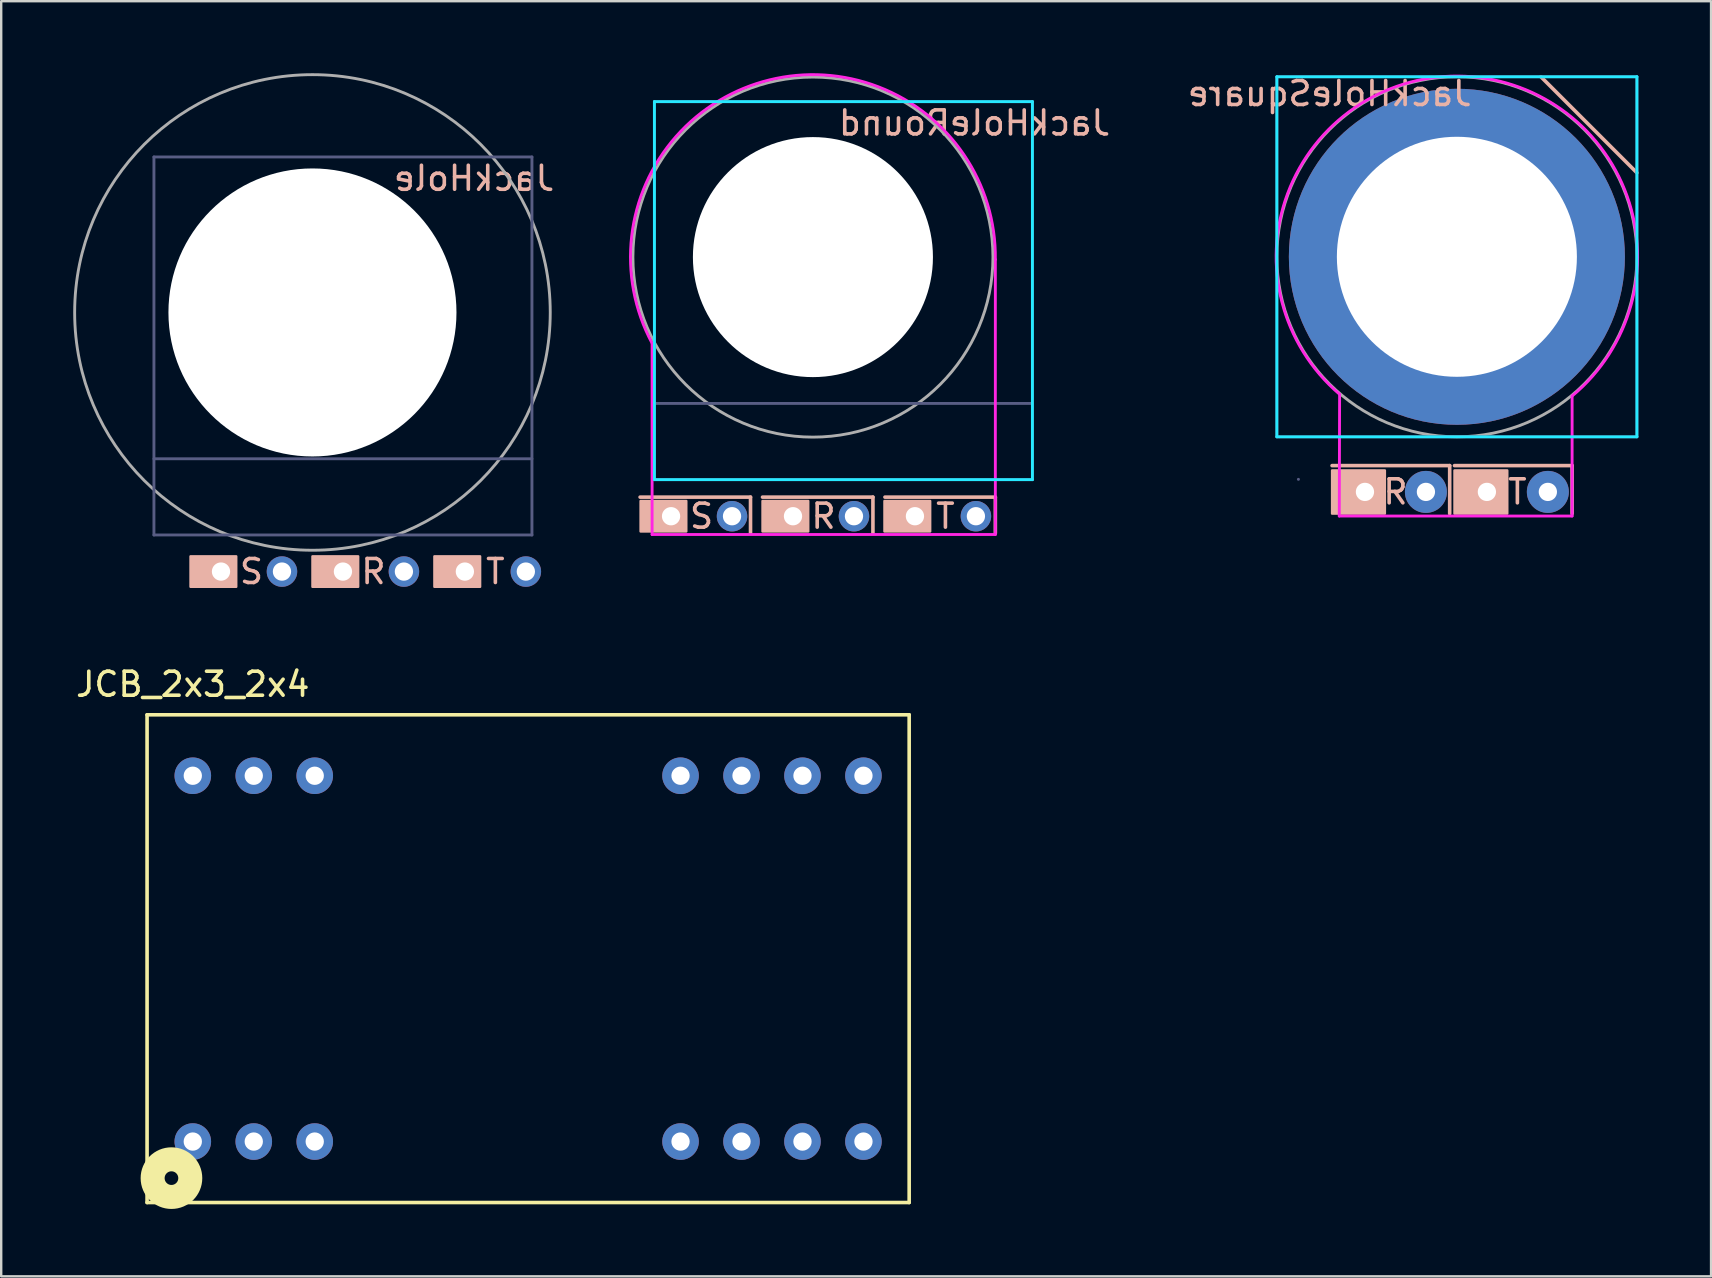
<source format=kicad_pcb>
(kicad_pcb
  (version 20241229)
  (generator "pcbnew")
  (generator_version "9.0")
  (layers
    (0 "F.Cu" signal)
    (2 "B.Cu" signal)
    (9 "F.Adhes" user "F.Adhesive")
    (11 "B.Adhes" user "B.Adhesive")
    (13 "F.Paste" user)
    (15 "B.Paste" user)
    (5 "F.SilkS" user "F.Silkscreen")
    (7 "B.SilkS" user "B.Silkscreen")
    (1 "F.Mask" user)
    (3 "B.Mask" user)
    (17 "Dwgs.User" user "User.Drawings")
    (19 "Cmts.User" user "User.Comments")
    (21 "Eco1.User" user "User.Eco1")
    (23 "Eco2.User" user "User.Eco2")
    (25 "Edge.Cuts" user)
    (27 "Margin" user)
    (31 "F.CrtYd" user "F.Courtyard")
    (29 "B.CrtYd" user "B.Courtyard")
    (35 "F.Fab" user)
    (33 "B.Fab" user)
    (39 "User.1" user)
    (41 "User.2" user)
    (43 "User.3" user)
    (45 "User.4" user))
  (footprint "JackHoleRound"
    (layer "F.Cu")
    (at 30.817 7.661)
    (property "Reference" "JackHoleRound" (at 6.731 -5.588 0) (layer "B.SilkS") (effects (font (size 1 1) (thickness 0.15)) (justify mirror)))
    (attr through_hole)
    (fp_line (start -7.2 10) (end -2.6 10) (stroke (width 0.15) (type solid)) (layer "B.SilkS"))
    (fp_line (start -2.6 10) (end -2.6 11.5) (stroke (width 0.15) (type solid)) (layer "B.SilkS"))
    (fp_line (start -2.1 10) (end 2.5 10) (stroke (width 0.15) (type solid)) (layer "B.SilkS"))
    (fp_line (start 2.5 10) (end 2.5 11.5) (stroke (width 0.15) (type solid)) (layer "B.SilkS"))
    (fp_line (start 3 10) (end 7.6 10) (stroke (width 0.15) (type solid)) (layer "B.SilkS"))
    (fp_line (start 7.6 10) (end 7.6 11.5) (stroke (width 0.15) (type solid)) (layer "B.SilkS"))
    (fp_poly (pts (xy -5.275 11.43) (xy -7.18 11.43) (xy -7.18 10.16) (xy -5.275 10.16)) (stroke (width 0.1) (type solid)) (fill yes) (layer "B.SilkS"))
    (fp_poly (pts (xy -0.195 11.43) (xy -2.1 11.43) (xy -2.1 10.16) (xy -0.195 10.16)) (stroke (width 0.1) (type solid)) (fill yes) (layer "B.SilkS"))
    (fp_poly (pts (xy 4.885 11.43) (xy 2.98 11.43) (xy 2.98 10.16) (xy 4.885 10.16)) (stroke (width 0.1) (type solid)) (fill yes) (layer "B.SilkS"))
    (fp_line (start -6.604 -6.477) (end 9.144 -6.477) (stroke (width 0.12) (type solid)) (layer "B.CrtYd"))
    (fp_line (start -6.604 9.271) (end -6.604 -6.477) (stroke (width 0.12) (type solid)) (layer "B.CrtYd"))
    (fp_line (start 9.144 -6.477) (end 9.144 9.271) (stroke (width 0.12) (type solid)) (layer "B.CrtYd"))
    (fp_line (start 9.144 9.271) (end -6.604 9.271) (stroke (width 0.12) (type solid)) (layer "B.CrtYd"))
    (fp_line (start -6.7 11.557) (end -6.7 3.6) (stroke (width 0.12) (type solid)) (layer "F.CrtYd"))
    (fp_line (start -6.7 11.557) (end 7.6 11.557) (stroke (width 0.12) (type solid)) (layer "F.CrtYd"))
    (fp_line (start 7.6 11.557) (end 7.6 0.1) (stroke (width 0.12) (type solid)) (layer "F.CrtYd"))
    (fp_arc (start -6.695366 3.59751) (mid -1.806304 -7.382904) (end 7.6 0.1) (stroke (width 0.12) (type solid)) (layer "F.CrtYd"))
    (fp_line (start -6.604 -6.477) (end 9.144 -6.477) (stroke (width 0.12) (type solid)) (layer "B.Fab"))
    (fp_line (start -6.604 6.096) (end 9.144 6.096) (stroke (width 0.12) (type solid)) (layer "B.Fab"))
    (fp_line (start -6.604 9.271) (end -6.604 -6.477) (stroke (width 0.12) (type solid)) (layer "B.Fab"))
    (fp_line (start 9.144 -6.477) (end 9.144 9.271) (stroke (width 0.12) (type solid)) (layer "B.Fab"))
    (fp_line (start 9.144 9.271) (end -6.604 9.271) (stroke (width 0.12) (type solid)) (layer "B.Fab"))
    (fp_circle (center 0 0) (end 7.5 0) (stroke (width 0.12) (type solid)) (fill no) (layer "F.Fab"))
    (fp_text user "T" (at 5.52 10.795 0) (layer "B.SilkS") (effects (font (size 1 1) (thickness 0.15))))
    (fp_text user "S" (at -4.64 10.795 0) (layer "B.SilkS") (effects (font (size 1 1) (thickness 0.15))))
    (fp_text user "R" (at 0.44 10.795 0) (layer "B.SilkS") (effects (font (size 1 1) (thickness 0.15))))
    (pad "" np_thru_hole circle (at 0 0) (size 10 10) (drill 10) (layers "*.Cu" "*.Mask"))
    (pad "R" thru_hole circle (at 1.71 10.795) (size 1.27 1.27) (drill 0.762) (layers "*.Cu" "*.Mask"))
    (pad "RN" thru_hole circle (at -0.83 10.795) (size 1.27 1.27) (drill 0.762) (layers "*.Cu" "*.Mask"))
    (pad "S" thru_hole circle (at -3.37 10.795) (size 1.27 1.27) (drill 0.762) (layers "*.Cu" "*.Mask"))
    (pad "SN" thru_hole circle (at -5.91 10.795) (size 1.27 1.27) (drill 0.762) (layers "*.Cu" "*.Mask"))
    (pad "T" thru_hole circle (at 6.79 10.795) (size 1.27 1.27) (drill 0.762) (layers "*.Cu" "*.Mask"))
    (pad "TN" thru_hole circle (at 4.25 10.795) (size 1.27 1.27) (drill 0.762) (layers "*.Cu" "*.Mask")))
  (footprint "JCB_2x3_2x4"
    (layer "F.Cu")
    (at 18.952 26.728)
    (property "Reference" "JCB_2x3_2x4" (at -13.97 -1.27 0) (layer "F.SilkS") (effects (font (size 1 1) (thickness 0.15))))
    (attr through_hole)
    (fp_line (start -15.875 0) (end 15.875 0) (stroke (width 0.15) (type solid)) (layer "F.SilkS"))
    (fp_line (start -15.875 20.32) (end -15.875 0) (stroke (width 0.15) (type solid)) (layer "F.SilkS"))
    (fp_line (start 15.875 0) (end 15.875 20.32) (stroke (width 0.15) (type solid)) (layer "F.SilkS"))
    (fp_line (start 15.875 20.32) (end -15.875 20.32) (stroke (width 0.15) (type solid)) (layer "F.SilkS"))
    (fp_circle (center -14.859 19.304) (end -14.575 19.304) (stroke (width 1) (type solid)) (fill no) (layer "F.SilkS"))
    (pad "1" thru_hole circle (at -13.97 17.78) (size 1.524 1.524) (drill 0.762) (layers "*.Cu" "*.Mask"))
    (pad "2" thru_hole circle (at -11.43 17.78) (size 1.524 1.524) (drill 0.762) (layers "*.Cu" "*.Mask"))
    (pad "3" thru_hole circle (at -8.89 17.78) (size 1.524 1.524) (drill 0.762) (layers "*.Cu" "*.Mask"))
    (pad "9" thru_hole circle (at 6.35 17.78) (size 1.524 1.524) (drill 0.762) (layers "*.Cu" "*.Mask"))
    (pad "10" thru_hole circle (at 8.89 17.78) (size 1.524 1.524) (drill 0.762) (layers "*.Cu" "*.Mask"))
    (pad "11" thru_hole circle (at 11.43 17.78) (size 1.524 1.524) (drill 0.762) (layers "*.Cu" "*.Mask"))
    (pad "12" thru_hole circle (at 13.97 17.78) (size 1.524 1.524) (drill 0.762) (layers "*.Cu" "*.Mask"))
    (pad "13" thru_hole circle (at 13.97 2.54) (size 1.524 1.524) (drill 0.762) (layers "*.Cu" "*.Mask"))
    (pad "14" thru_hole circle (at 11.43 2.54) (size 1.524 1.524) (drill 0.762) (layers "*.Cu" "*.Mask"))
    (pad "15" thru_hole circle (at 8.89 2.54) (size 1.524 1.524) (drill 0.762) (layers "*.Cu" "*.Mask"))
    (pad "16" thru_hole circle (at 6.35 2.54) (size 1.524 1.524) (drill 0.762) (layers "*.Cu" "*.Mask"))
    (pad "22" thru_hole circle (at -8.89 2.54) (size 1.524 1.524) (drill 0.762) (layers "*.Cu" "*.Mask"))
    (pad "23" thru_hole circle (at -11.43 2.54) (size 1.524 1.524) (drill 0.762) (layers "*.Cu" "*.Mask"))
    (pad "24" thru_hole circle (at -13.97 2.54) (size 1.524 1.524) (drill 0.762) (layers "*.Cu" "*.Mask")))
  (footprint "JackHole"
    (layer "F.Cu")
    (at 9.967 9.967)
    (property "Reference" "JackHole" (at 6.731 -5.588 0) (layer "B.SilkS") (effects (font (size 1 1) (thickness 0.15)) (justify mirror)))
    (attr through_hole)
    (fp_poly (pts (xy -3.175 11.43) (xy -5.08 11.43) (xy -5.08 10.16) (xy -3.175 10.16)) (stroke (width 0.1) (type solid)) (fill yes) (layer "B.SilkS"))
    (fp_poly (pts (xy 1.905 11.43) (xy 0 11.43) (xy 0 10.16) (xy 1.905 10.16)) (stroke (width 0.1) (type solid)) (fill yes) (layer "B.SilkS"))
    (fp_poly (pts (xy 6.985 11.43) (xy 5.08 11.43) (xy 5.08 10.16) (xy 6.985 10.16)) (stroke (width 0.1) (type solid)) (fill yes) (layer "B.SilkS"))
    (fp_line (start -6.604 -6.477) (end 9.144 -6.477) (stroke (width 0.12) (type solid)) (layer "B.Fab"))
    (fp_line (start -6.604 6.096) (end 9.144 6.096) (stroke (width 0.12) (type solid)) (layer "B.Fab"))
    (fp_line (start -6.604 9.271) (end -6.604 -6.477) (stroke (width 0.12) (type solid)) (layer "B.Fab"))
    (fp_line (start 9.144 -6.477) (end 9.144 9.271) (stroke (width 0.12) (type solid)) (layer "B.Fab"))
    (fp_line (start 9.144 9.271) (end -6.604 9.271) (stroke (width 0.12) (type solid)) (layer "B.Fab"))
    (fp_circle (center 0 0) (end 9.906 0.127) (stroke (width 0.12) (type solid)) (fill no) (layer "F.Fab"))
    (fp_text user "T" (at 7.62 10.795 0) (layer "B.SilkS") (effects (font (size 1 1) (thickness 0.15))))
    (fp_text user "S" (at -2.54 10.795 0) (layer "B.SilkS") (effects (font (size 1 1) (thickness 0.15))))
    (fp_text user "R" (at 2.54 10.795 0) (layer "B.SilkS") (effects (font (size 1 1) (thickness 0.15))))
    (pad "" np_thru_hole circle (at 0 0) (size 12 12) (drill 12) (layers "*.Cu" "*.Mask"))
    (pad "R" thru_hole circle (at 3.81 10.795) (size 1.27 1.27) (drill 0.762) (layers "*.Cu" "*.Mask"))
    (pad "RN" thru_hole circle (at 1.27 10.795) (size 1.27 1.27) (drill 0.762) (layers "*.Cu" "*.Mask"))
    (pad "S" thru_hole circle (at -1.27 10.795) (size 1.27 1.27) (drill 0.762) (layers "*.Cu" "*.Mask"))
    (pad "SN" thru_hole circle (at -3.81 10.795) (size 1.27 1.27) (drill 0.762) (layers "*.Cu" "*.Mask"))
    (pad "T" thru_hole circle (at 8.89 10.795) (size 1.27 1.27) (drill 0.762) (layers "*.Cu" "*.Mask"))
    (pad "TN" thru_hole circle (at 6.35 10.795) (size 1.27 1.27) (drill 0.762) (layers "*.Cu" "*.Mask")))
  (footprint "JackHoleSquare"
    (layer "F.Cu")
    (at 57.645 7.648)
    (property "Reference" "JackHoleSquare" (at -5.3 -6.8 0) (layer "B.SilkS") (effects (font (size 1 1) (thickness 0.15)) (justify mirror)))
    (attr through_hole)
    (fp_line (start -5.2 8.7) (end -0.3 8.7) (stroke (width 0.15) (type solid)) (layer "B.SilkS"))
    (fp_line (start -0.3 8.7) (end -0.3 10.7) (stroke (width 0.15) (type solid)) (layer "B.SilkS"))
    (fp_line (start -0.1 8.7) (end 4.8 8.7) (stroke (width 0.15) (type solid)) (layer "B.SilkS"))
    (fp_line (start 3.5 -7.5) (end 7.5 -3.5) (stroke (width 0.15) (type solid)) (layer "B.SilkS"))
    (fp_line (start 4.8 8.7) (end 4.8 10.7) (stroke (width 0.15) (type solid)) (layer "B.SilkS"))
    (fp_poly (pts (xy -3 10.7) (xy -5.2 10.7) (xy -5.2 8.9) (xy -3 8.9)) (stroke (width 0.1) (type solid)) (fill yes) (layer "B.SilkS"))
    (fp_poly (pts (xy 2.1 10.7) (xy -0.1 10.7) (xy -0.1 8.9) (xy 2.1 8.9)) (stroke (width 0.1) (type solid)) (fill yes) (layer "B.SilkS"))
    (fp_line (start -7.5 -7.5) (end 7.5 -7.5) (stroke (width 0.12) (type solid)) (layer "B.CrtYd"))
    (fp_line (start -7.5 7.5) (end -7.5 -7.5) (stroke (width 0.12) (type solid)) (layer "B.CrtYd"))
    (fp_line (start 7.5 -7.5) (end 7.5 7.5) (stroke (width 0.12) (type solid)) (layer "B.CrtYd"))
    (fp_line (start 7.5 7.5) (end -7.5 7.5) (stroke (width 0.12) (type solid)) (layer "B.CrtYd"))
    (fp_line (start -4.9 10.8) (end -4.886 5.727) (stroke (width 0.12) (type solid)) (layer "F.CrtYd"))
    (fp_line (start -4.9 10.8) (end 4.8 10.8) (stroke (width 0.12) (type solid)) (layer "F.CrtYd"))
    (fp_line (start 4.8 10.8) (end 4.8 5.8) (stroke (width 0.12) (type solid)) (layer "F.CrtYd"))
    (fp_arc (start -4.886326 5.727462) (mid 0.056378 -7.528401) (end 4.8 5.8) (stroke (width 0.12) (type solid)) (layer "F.CrtYd"))
    (fp_line (start -7.5 -7.5) (end -7.5 7.5) (stroke (width 0.12) (type solid)) (layer "B.Fab"))
    (fp_line (start -7.5 7.5) (end -7.4 7.5) (stroke (width 0.12) (type solid)) (layer "B.Fab"))
    (fp_line (start -7.4 7.5) (end 7.5 7.5) (stroke (width 0.12) (type solid)) (layer "B.Fab"))
    (fp_line (start -6.6 9.271) (end -6.604 9.271) (stroke (width 0.12) (type solid)) (layer "B.Fab"))
    (fp_line (start 7.5 -7.5) (end -7.5 -7.5) (stroke (width 0.12) (type solid)) (layer "B.Fab"))
    (fp_line (start 7.5 7.5) (end 7.5 -7.5) (stroke (width 0.12) (type solid)) (layer "B.Fab"))
    (fp_circle (center 0 0) (end 7.5 0) (stroke (width 0.12) (type solid)) (fill no) (layer "F.Fab"))
    (fp_text user "R" (at -2.56 9.795 0) (layer "B.SilkS") (effects (font (size 1 1) (thickness 0.15))))
    (fp_text user "T" (at 2.52 9.795 0) (layer "B.SilkS") (effects (font (size 1 1) (thickness 0.15))))
    (pad "R" thru_hole circle (at -1.29 9.795) (size 1.75 1.75) (drill 0.762) (layers "*.Cu" "B.Mask"))
    (pad "RN" thru_hole circle (at -3.83 9.795) (size 1.75 1.75) (drill 0.762) (layers "*.Cu" "B.Mask"))
    (pad "S" thru_hole circle (at 0 0) (size 14 14) (drill 10) (layers "*.Cu" "F.Mask"))
    (pad "T" thru_hole circle (at 3.79 9.795) (size 1.75 1.75) (drill 0.762) (layers "*.Cu" "B.Mask"))
    (pad "TN" thru_hole circle (at 1.25 9.795) (size 1.75 1.75) (drill 0.762) (layers "*.Cu" "B.Mask")))
  (gr_rect
    (start -3 -3)
    (end 68.234 50.123)
    (stroke (width 0.1) (type default))
    (fill no)
    (layer "Edge.Cuts")))
</source>
